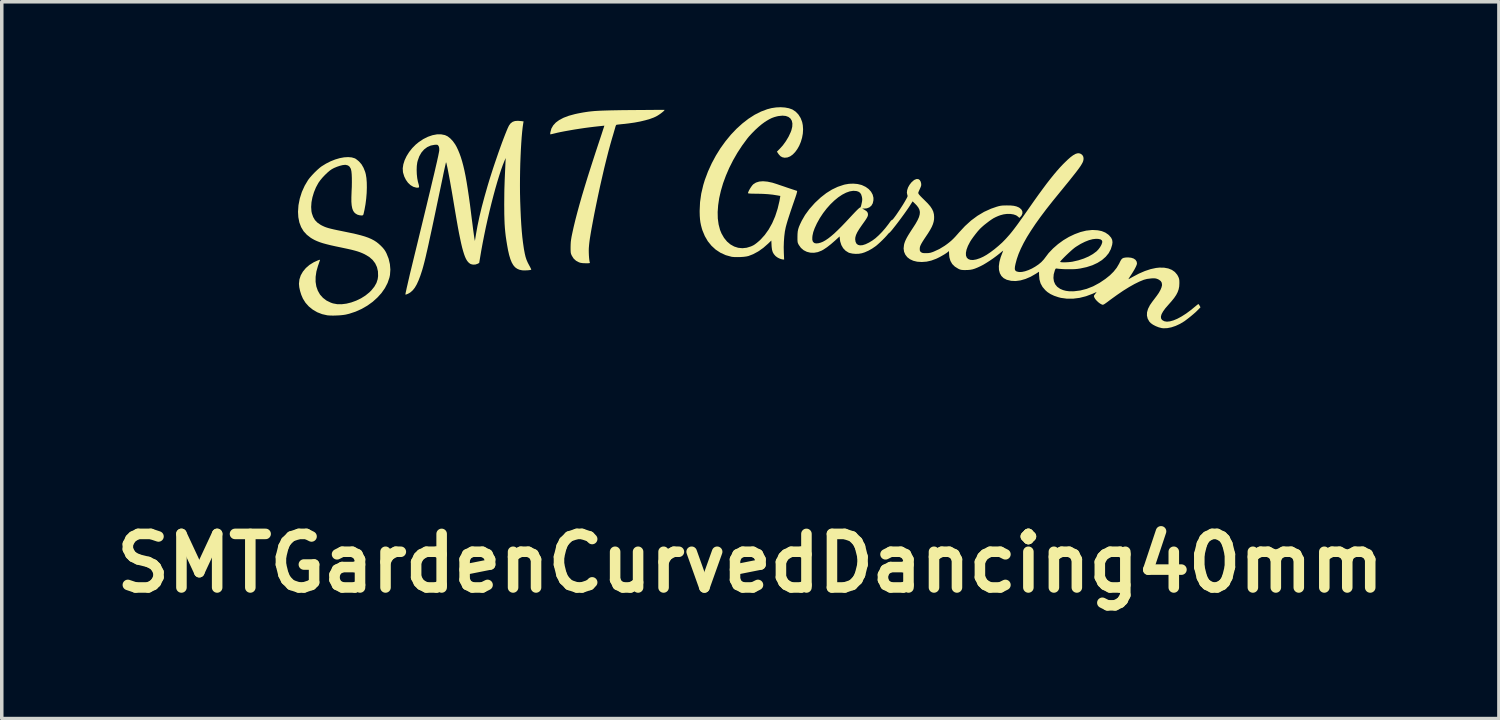
<source format=kicad_pcb>
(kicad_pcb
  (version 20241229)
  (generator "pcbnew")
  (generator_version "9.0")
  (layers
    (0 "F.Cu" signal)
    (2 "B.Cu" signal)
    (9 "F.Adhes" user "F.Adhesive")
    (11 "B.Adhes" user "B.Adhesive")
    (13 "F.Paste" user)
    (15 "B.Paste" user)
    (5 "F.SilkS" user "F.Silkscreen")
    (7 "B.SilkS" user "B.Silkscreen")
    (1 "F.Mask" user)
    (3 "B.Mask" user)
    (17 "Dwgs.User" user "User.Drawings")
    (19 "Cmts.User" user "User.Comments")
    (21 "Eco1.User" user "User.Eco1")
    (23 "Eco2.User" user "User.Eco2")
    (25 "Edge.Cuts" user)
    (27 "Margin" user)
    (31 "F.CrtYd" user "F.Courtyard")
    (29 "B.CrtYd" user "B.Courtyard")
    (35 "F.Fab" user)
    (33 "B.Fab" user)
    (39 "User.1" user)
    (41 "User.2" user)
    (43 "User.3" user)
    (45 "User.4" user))
  (footprint "SMTGardenCurvedDancing40mm"
    (layer "F.Cu")
    (at 18.295 12.973)
    (property "Reference" "SMTGardenCurvedDancing40mm" (at 0 0 0) (layer "F.SilkS") (effects (font (size 1.524 1.524) (thickness 0.3))))
    (attr board_only exclude_from_pos_files exclude_from_bom)
    (fp_poly (pts (xy -2.476 -12.898) (xy -2.447 -12.897) (xy -2.441 -12.897) (xy -2.444 -12.886) (xy -2.464 -12.863) (xy -2.499 -12.833) (xy -2.543 -12.798) (xy -2.593 -12.763) (xy -2.645 -12.73) (xy -2.656 -12.723) (xy -2.745 -12.68) (xy -2.856 -12.639) (xy -2.988 -12.601) (xy -3.135 -12.566) (xy -3.295 -12.536) (xy -3.465 -12.512) (xy -3.573 -12.499) (xy -3.648 -12.492) (xy -3.713 -12.485) (xy -3.765 -12.479) (xy -3.798 -12.475) (xy -3.808 -12.473) (xy -3.821 -12.459) (xy -3.834 -12.428) (xy -3.837 -12.418) (xy -3.845 -12.389) (xy -3.859 -12.34) (xy -3.878 -12.275) (xy -3.9 -12.199) (xy -3.924 -12.118) (xy -3.926 -12.113) (xy -3.979 -11.928) (xy -4.036 -11.719) (xy -4.094 -11.491) (xy -4.154 -11.248) (xy -4.213 -10.992) (xy -4.273 -10.729) (xy -4.331 -10.46) (xy -4.387 -10.191) (xy -4.441 -9.924) (xy -4.49 -9.663) (xy -4.513 -9.54) (xy -4.535 -9.415) (xy -4.552 -9.312) (xy -4.566 -9.226) (xy -4.576 -9.151) (xy -4.584 -9.083) (xy -4.59 -9.017) (xy -4.594 -8.967) (xy -4.596 -8.907) (xy -4.595 -8.836) (xy -4.592 -8.761) (xy -4.587 -8.689) (xy -4.58 -8.625) (xy -4.572 -8.577) (xy -4.566 -8.557) (xy -4.564 -8.546) (xy -4.572 -8.539) (xy -4.593 -8.535) (xy -4.632 -8.534) (xy -4.682 -8.534) (xy -4.764 -8.537) (xy -4.827 -8.546) (xy -4.873 -8.56) (xy -4.958 -8.605) (xy -5.025 -8.666) (xy -5.074 -8.742) (xy -5.09 -8.775) (xy -5.101 -8.804) (xy -5.108 -8.834) (xy -5.111 -8.873) (xy -5.113 -8.926) (xy -5.113 -8.993) (xy -5.111 -9.073) (xy -5.107 -9.143) (xy -5.098 -9.212) (xy -5.085 -9.29) (xy -5.068 -9.373) (xy -5.027 -9.56) (xy -4.979 -9.76) (xy -4.923 -9.975) (xy -4.86 -10.205) (xy -4.789 -10.454) (xy -4.709 -10.72) (xy -4.621 -11.007) (xy -4.523 -11.315) (xy -4.416 -11.645) (xy -4.343 -11.867) (xy -4.304 -11.985) (xy -4.267 -12.096) (xy -4.234 -12.195) (xy -4.206 -12.282) (xy -4.183 -12.353) (xy -4.165 -12.406) (xy -4.155 -12.439) (xy -4.152 -12.448) (xy -4.165 -12.447) (xy -4.201 -12.443) (xy -4.255 -12.437) (xy -4.324 -12.43) (xy -4.404 -12.421) (xy -4.433 -12.418) (xy -4.565 -12.402) (xy -4.708 -12.383) (xy -4.856 -12.361) (xy -5.004 -12.338) (xy -5.148 -12.313) (xy -5.282 -12.289) (xy -5.4 -12.266) (xy -5.499 -12.245) (xy -5.517 -12.24) (xy -5.58 -12.225) (xy -5.633 -12.212) (xy -5.671 -12.204) (xy -5.688 -12.2) (xy -5.689 -12.2) (xy -5.692 -12.212) (xy -5.69 -12.242) (xy -5.687 -12.263) (xy -5.66 -12.364) (xy -5.608 -12.455) (xy -5.533 -12.537) (xy -5.434 -12.61) (xy -5.311 -12.674) (xy -5.162 -12.73) (xy -4.989 -12.777) (xy -4.911 -12.794) (xy -4.829 -12.81) (xy -4.752 -12.824) (xy -4.676 -12.836) (xy -4.599 -12.847) (xy -4.519 -12.856) (xy -4.434 -12.864) (xy -4.34 -12.87) (xy -4.236 -12.875) (xy -4.118 -12.879) (xy -3.985 -12.883) (xy -3.835 -12.886) (xy -3.663 -12.889) (xy -3.469 -12.891) (xy -3.36 -12.892) (xy -3.206 -12.893) (xy -3.061 -12.894) (xy -2.925 -12.895) (xy -2.802 -12.896) (xy -2.693 -12.897) (xy -2.601 -12.897) (xy -2.528 -12.898)) (stroke (width 0) (type solid)) (fill yes) (layer "F.SilkS"))
    (fp_poly (pts (xy 0.985 -12.965) (xy 1.096 -12.944) (xy 1.19 -12.911) (xy 1.202 -12.905) (xy 1.293 -12.844) (xy 1.37 -12.763) (xy 1.432 -12.664) (xy 1.475 -12.551) (xy 1.493 -12.462) (xy 1.501 -12.343) (xy 1.494 -12.223) (xy 1.472 -12.104) (xy 1.438 -11.989) (xy 1.393 -11.881) (xy 1.338 -11.783) (xy 1.276 -11.698) (xy 1.207 -11.627) (xy 1.134 -11.575) (xy 1.057 -11.544) (xy 0.979 -11.536) (xy 0.971 -11.537) (xy 0.909 -11.55) (xy 0.857 -11.58) (xy 0.81 -11.631) (xy 0.795 -11.652) (xy 0.757 -11.709) (xy 0.833 -11.785) (xy 0.926 -11.888) (xy 1.012 -12.007) (xy 1.088 -12.134) (xy 1.147 -12.26) (xy 1.167 -12.312) (xy 1.193 -12.418) (xy 1.197 -12.511) (xy 1.18 -12.589) (xy 1.142 -12.651) (xy 1.085 -12.696) (xy 1.009 -12.724) (xy 0.916 -12.733) (xy 0.806 -12.722) (xy 0.76 -12.713) (xy 0.683 -12.692) (xy 0.612 -12.666) (xy 0.541 -12.631) (xy 0.462 -12.585) (xy 0.408 -12.55) (xy 0.326 -12.49) (xy 0.235 -12.414) (xy 0.14 -12.327) (xy 0.049 -12.235) (xy -0.035 -12.144) (xy -0.082 -12.087) (xy -0.231 -11.885) (xy -0.368 -11.676) (xy -0.491 -11.462) (xy -0.6 -11.246) (xy -0.694 -11.028) (xy -0.774 -10.811) (xy -0.837 -10.597) (xy -0.885 -10.387) (xy -0.915 -10.185) (xy -0.929 -9.991) (xy -0.925 -9.808) (xy -0.902 -9.638) (xy -0.861 -9.482) (xy -0.819 -9.38) (xy -0.747 -9.255) (xy -0.662 -9.151) (xy -0.565 -9.069) (xy -0.459 -9.01) (xy -0.346 -8.974) (xy -0.227 -8.962) (xy -0.104 -8.975) (xy 0.019 -9.013) (xy 0.086 -9.044) (xy 0.129 -9.071) (xy 0.182 -9.111) (xy 0.239 -9.159) (xy 0.284 -9.199) (xy 0.409 -9.336) (xy 0.522 -9.494) (xy 0.622 -9.673) (xy 0.707 -9.869) (xy 0.776 -10.082) (xy 0.83 -10.308) (xy 0.846 -10.401) (xy 0.854 -10.449) (xy 0.77 -10.464) (xy 0.638 -10.485) (xy 0.504 -10.499) (xy 0.36 -10.508) (xy 0.198 -10.512) (xy 0.183 -10.512) (xy 0.085 -10.513) (xy 0.013 -10.515) (xy -0.036 -10.519) (xy -0.061 -10.524) (xy -0.067 -10.528) (xy -0.059 -10.558) (xy -0.039 -10.602) (xy -0.011 -10.653) (xy 0.022 -10.704) (xy 0.054 -10.748) (xy 0.083 -10.779) (xy 0.083 -10.78) (xy 0.16 -10.829) (xy 0.253 -10.858) (xy 0.361 -10.867) (xy 0.486 -10.856) (xy 0.628 -10.826) (xy 0.758 -10.785) (xy 0.818 -10.764) (xy 0.889 -10.74) (xy 0.967 -10.714) (xy 1.047 -10.686) (xy 1.125 -10.66) (xy 1.197 -10.636) (xy 1.258 -10.616) (xy 1.303 -10.601) (xy 1.328 -10.593) (xy 1.33 -10.592) (xy 1.332 -10.58) (xy 1.325 -10.547) (xy 1.31 -10.491) (xy 1.284 -10.412) (xy 1.251 -10.317) (xy 1.191 -10.143) (xy 1.14 -9.992) (xy 1.097 -9.861) (xy 1.061 -9.749) (xy 1.033 -9.653) (xy 1.011 -9.572) (xy 1.007 -9.556) (xy 0.983 -9.437) (xy 0.966 -9.299) (xy 0.955 -9.149) (xy 0.95 -8.993) (xy 0.953 -8.843) (xy 0.962 -8.64) (xy 0.931 -8.641) (xy 0.901 -8.646) (xy 0.858 -8.658) (xy 0.832 -8.668) (xy 0.781 -8.693) (xy 0.731 -8.728) (xy 0.714 -8.743) (xy 0.669 -8.795) (xy 0.638 -8.85) (xy 0.618 -8.916) (xy 0.607 -8.999) (xy 0.604 -9.045) (xy 0.598 -9.18) (xy 0.508 -9.093) (xy 0.37 -8.972) (xy 0.227 -8.871) (xy 0.081 -8.792) (xy -0.053 -8.74) (xy -0.112 -8.727) (xy -0.189 -8.717) (xy -0.276 -8.711) (xy -0.366 -8.709) (xy -0.449 -8.71) (xy -0.518 -8.716) (xy -0.536 -8.719) (xy -0.699 -8.764) (xy -0.848 -8.832) (xy -0.984 -8.921) (xy -1.104 -9.031) (xy -1.209 -9.16) (xy -1.295 -9.308) (xy -1.363 -9.472) (xy -1.38 -9.527) (xy -1.403 -9.615) (xy -1.42 -9.698) (xy -1.431 -9.783) (xy -1.438 -9.878) (xy -1.441 -9.99) (xy -1.441 -10.033) (xy -1.43 -10.274) (xy -1.396 -10.515) (xy -1.338 -10.76) (xy -1.293 -10.907) (xy -1.204 -11.144) (xy -1.099 -11.375) (xy -0.98 -11.596) (xy -0.849 -11.807) (xy -0.705 -12.006) (xy -0.553 -12.191) (xy -0.392 -12.36) (xy -0.224 -12.512) (xy -0.051 -12.646) (xy 0.125 -12.759) (xy 0.304 -12.849) (xy 0.482 -12.916) (xy 0.605 -12.948) (xy 0.734 -12.967) (xy 0.862 -12.973)) (stroke (width 0) (type solid)) (fill yes) (layer "F.SilkS"))
    (fp_poly (pts (xy -11.339 -11.545) (xy -11.252 -11.519) (xy -11.238 -11.512) (xy -11.211 -11.494) (xy -11.173 -11.464) (xy -11.131 -11.429) (xy -11.13 -11.427) (xy -11.06 -11.348) (xy -11.002 -11.247) (xy -10.956 -11.13) (xy -10.939 -11.067) (xy -10.921 -10.958) (xy -10.911 -10.829) (xy -10.909 -10.685) (xy -10.914 -10.531) (xy -10.927 -10.373) (xy -10.947 -10.215) (xy -10.974 -10.064) (xy -11.001 -9.943) (xy -11.011 -9.912) (xy -11.026 -9.897) (xy -11.054 -9.894) (xy -11.071 -9.894) (xy -11.12 -9.9) (xy -11.172 -9.915) (xy -11.181 -9.918) (xy -11.231 -9.948) (xy -11.272 -9.986) (xy -11.303 -10.037) (xy -11.326 -10.102) (xy -11.341 -10.184) (xy -11.349 -10.284) (xy -11.349 -10.406) (xy -11.344 -10.551) (xy -11.344 -10.56) (xy -11.337 -10.709) (xy -11.335 -10.844) (xy -11.336 -10.964) (xy -11.34 -11.066) (xy -11.348 -11.147) (xy -11.36 -11.205) (xy -11.366 -11.224) (xy -11.4 -11.281) (xy -11.445 -11.316) (xy -11.506 -11.332) (xy -11.535 -11.333) (xy -11.598 -11.326) (xy -11.675 -11.307) (xy -11.758 -11.279) (xy -11.84 -11.245) (xy -11.904 -11.211) (xy -11.962 -11.171) (xy -12.029 -11.114) (xy -12.1 -11.046) (xy -12.17 -10.972) (xy -12.231 -10.899) (xy -12.279 -10.832) (xy -12.285 -10.824) (xy -12.357 -10.692) (xy -12.414 -10.553) (xy -12.457 -10.41) (xy -12.484 -10.27) (xy -12.493 -10.135) (xy -12.485 -10.012) (xy -12.473 -9.954) (xy -12.436 -9.849) (xy -12.385 -9.762) (xy -12.316 -9.69) (xy -12.224 -9.627) (xy -12.187 -9.607) (xy -12.143 -9.586) (xy -12.1 -9.567) (xy -12.052 -9.55) (xy -11.997 -9.533) (xy -11.931 -9.516) (xy -11.851 -9.497) (xy -11.754 -9.476) (xy -11.636 -9.452) (xy -11.549 -9.434) (xy -11.37 -9.397) (xy -11.215 -9.363) (xy -11.081 -9.329) (xy -10.965 -9.295) (xy -10.866 -9.26) (xy -10.779 -9.222) (xy -10.703 -9.182) (xy -10.635 -9.138) (xy -10.572 -9.088) (xy -10.512 -9.033) (xy -10.456 -8.975) (xy -10.414 -8.924) (xy -10.38 -8.872) (xy -10.349 -8.813) (xy -10.289 -8.663) (xy -10.253 -8.508) (xy -10.24 -8.353) (xy -10.251 -8.201) (xy -10.267 -8.125) (xy -10.318 -7.975) (xy -10.394 -7.828) (xy -10.491 -7.689) (xy -10.609 -7.558) (xy -10.743 -7.437) (xy -10.893 -7.329) (xy -11.056 -7.235) (xy -11.23 -7.157) (xy -11.412 -7.097) (xy -11.513 -7.073) (xy -11.585 -7.062) (xy -11.674 -7.053) (xy -11.77 -7.048) (xy -11.867 -7.045) (xy -11.954 -7.047) (xy -12.025 -7.052) (xy -12.034 -7.053) (xy -12.181 -7.086) (xy -12.32 -7.14) (xy -12.447 -7.214) (xy -12.56 -7.305) (xy -12.654 -7.41) (xy -12.728 -7.528) (xy -12.73 -7.533) (xy -12.774 -7.635) (xy -12.808 -7.744) (xy -12.831 -7.85) (xy -12.84 -7.945) (xy -12.84 -7.953) (xy -12.827 -8.074) (xy -12.789 -8.19) (xy -12.727 -8.298) (xy -12.644 -8.398) (xy -12.541 -8.487) (xy -12.419 -8.563) (xy -12.308 -8.613) (xy -12.268 -8.628) (xy -12.248 -8.633) (xy -12.242 -8.629) (xy -12.244 -8.617) (xy -12.252 -8.595) (xy -12.266 -8.554) (xy -12.284 -8.501) (xy -12.299 -8.46) (xy -12.344 -8.301) (xy -12.366 -8.149) (xy -12.367 -8.006) (xy -12.346 -7.873) (xy -12.303 -7.751) (xy -12.241 -7.643) (xy -12.158 -7.55) (xy -12.057 -7.473) (xy -11.936 -7.414) (xy -11.873 -7.392) (xy -11.755 -7.37) (xy -11.626 -7.368) (xy -11.489 -7.385) (xy -11.349 -7.42) (xy -11.21 -7.471) (xy -11.075 -7.536) (xy -10.95 -7.615) (xy -10.837 -7.706) (xy -10.781 -7.762) (xy -10.696 -7.867) (xy -10.636 -7.972) (xy -10.601 -8.08) (xy -10.589 -8.168) (xy -10.593 -8.302) (xy -10.621 -8.424) (xy -10.672 -8.533) (xy -10.746 -8.63) (xy -10.844 -8.715) (xy -10.966 -8.787) (xy -10.978 -8.793) (xy -11.041 -8.822) (xy -11.106 -8.848) (xy -11.176 -8.872) (xy -11.256 -8.895) (xy -11.349 -8.919) (xy -11.46 -8.944) (xy -11.592 -8.972) (xy -11.633 -8.981) (xy -11.797 -9.015) (xy -11.937 -9.046) (xy -12.057 -9.076) (xy -12.16 -9.104) (xy -12.248 -9.133) (xy -12.325 -9.163) (xy -12.394 -9.194) (xy -12.457 -9.229) (xy -12.504 -9.257) (xy -12.617 -9.345) (xy -12.709 -9.446) (xy -12.779 -9.563) (xy -12.829 -9.695) (xy -12.858 -9.843) (xy -12.867 -9.998) (xy -12.854 -10.185) (xy -12.817 -10.374) (xy -12.758 -10.561) (xy -12.677 -10.74) (xy -12.582 -10.9) (xy -12.532 -10.966) (xy -12.467 -11.04) (xy -12.394 -11.117) (xy -12.318 -11.19) (xy -12.246 -11.253) (xy -12.196 -11.291) (xy -12.071 -11.368) (xy -11.941 -11.434) (xy -11.81 -11.486) (xy -11.681 -11.524) (xy -11.557 -11.547) (xy -11.442 -11.554)) (stroke (width 0) (type solid)) (fill yes) (layer "F.SilkS"))
    (fp_poly (pts (xy -6.514 -12.578) (xy -6.45 -12.569) (xy -6.459 -12.521) (xy -6.475 -12.411) (xy -6.49 -12.278) (xy -6.504 -12.125) (xy -6.516 -11.954) (xy -6.527 -11.769) (xy -6.536 -11.574) (xy -6.544 -11.372) (xy -6.549 -11.165) (xy -6.552 -10.957) (xy -6.553 -10.751) (xy -6.552 -10.55) (xy -6.548 -10.358) (xy -6.547 -10.313) (xy -6.538 -10.064) (xy -6.528 -9.839) (xy -6.516 -9.635) (xy -6.502 -9.449) (xy -6.486 -9.279) (xy -6.467 -9.122) (xy -6.446 -8.976) (xy -6.439 -8.931) (xy -6.417 -8.814) (xy -6.394 -8.716) (xy -6.366 -8.631) (xy -6.331 -8.551) (xy -6.291 -8.475) (xy -6.264 -8.425) (xy -6.244 -8.385) (xy -6.233 -8.358) (xy -6.232 -8.35) (xy -6.251 -8.344) (xy -6.29 -8.338) (xy -6.341 -8.333) (xy -6.396 -8.331) (xy -6.449 -8.331) (xy -6.492 -8.333) (xy -6.495 -8.334) (xy -6.57 -8.35) (xy -6.635 -8.379) (xy -6.693 -8.421) (xy -6.743 -8.48) (xy -6.787 -8.556) (xy -6.826 -8.652) (xy -6.861 -8.769) (xy -6.893 -8.909) (xy -6.919 -9.053) (xy -6.94 -9.183) (xy -6.958 -9.304) (xy -6.971 -9.419) (xy -6.982 -9.535) (xy -6.99 -9.656) (xy -6.995 -9.787) (xy -6.999 -9.932) (xy -7 -10.096) (xy -7.001 -10.2) (xy -7 -10.322) (xy -6.999 -10.435) (xy -6.998 -10.545) (xy -6.996 -10.655) (xy -6.992 -10.769) (xy -6.988 -10.893) (xy -6.982 -11.031) (xy -6.975 -11.186) (xy -6.967 -11.363) (xy -6.967 -11.373) (xy -6.959 -11.527) (xy -6.994 -11.447) (xy -7.041 -11.33) (xy -7.091 -11.19) (xy -7.143 -11.029) (xy -7.198 -10.85) (xy -7.254 -10.656) (xy -7.31 -10.449) (xy -7.366 -10.232) (xy -7.421 -10.009) (xy -7.474 -9.781) (xy -7.525 -9.552) (xy -7.572 -9.324) (xy -7.616 -9.1) (xy -7.656 -8.882) (xy -7.665 -8.828) (xy -7.713 -8.543) (xy -7.76 -8.518) (xy -7.821 -8.498) (xy -7.888 -8.495) (xy -7.949 -8.509) (xy -7.97 -8.52) (xy -8.002 -8.543) (xy -8.032 -8.573) (xy -8.061 -8.611) (xy -8.089 -8.659) (xy -8.116 -8.719) (xy -8.142 -8.79) (xy -8.169 -8.876) (xy -8.197 -8.977) (xy -8.225 -9.094) (xy -8.254 -9.23) (xy -8.286 -9.385) (xy -8.319 -9.561) (xy -8.354 -9.76) (xy -8.392 -9.982) (xy -8.432 -10.22) (xy -8.463 -10.406) (xy -8.493 -10.582) (xy -8.522 -10.745) (xy -8.548 -10.894) (xy -8.573 -11.027) (xy -8.595 -11.143) (xy -8.614 -11.24) (xy -8.631 -11.317) (xy -8.643 -11.371) (xy -8.653 -11.401) (xy -8.656 -11.407) (xy -8.66 -11.396) (xy -8.668 -11.361) (xy -8.68 -11.307) (xy -8.696 -11.236) (xy -8.715 -11.151) (xy -8.735 -11.056) (xy -8.744 -11.009) (xy -8.808 -10.704) (xy -8.867 -10.424) (xy -8.921 -10.167) (xy -8.97 -9.933) (xy -9.015 -9.72) (xy -9.056 -9.527) (xy -9.094 -9.353) (xy -9.128 -9.197) (xy -9.158 -9.056) (xy -9.186 -8.931) (xy -9.212 -8.82) (xy -9.234 -8.722) (xy -9.255 -8.635) (xy -9.274 -8.559) (xy -9.292 -8.491) (xy -9.308 -8.431) (xy -9.323 -8.378) (xy -9.334 -8.34) (xy -9.387 -8.179) (xy -9.439 -8.043) (xy -9.491 -7.93) (xy -9.545 -7.838) (xy -9.602 -7.766) (xy -9.662 -7.712) (xy -9.699 -7.687) (xy -9.745 -7.663) (xy -9.782 -7.648) (xy -9.807 -7.643) (xy -9.813 -7.647) (xy -9.81 -7.665) (xy -9.802 -7.706) (xy -9.789 -7.765) (xy -9.773 -7.84) (xy -9.753 -7.925) (xy -9.732 -8.019) (xy -9.709 -8.116) (xy -9.687 -8.214) (xy -9.664 -8.308) (xy -9.648 -8.373) (xy -9.561 -8.733) (xy -9.479 -9.068) (xy -9.404 -9.379) (xy -9.334 -9.666) (xy -9.27 -9.93) (xy -9.211 -10.173) (xy -9.158 -10.395) (xy -9.109 -10.597) (xy -9.066 -10.779) (xy -9.027 -10.943) (xy -8.992 -11.089) (xy -8.962 -11.218) (xy -8.936 -11.331) (xy -8.913 -11.429) (xy -8.895 -11.513) (xy -8.879 -11.583) (xy -8.868 -11.64) (xy -8.859 -11.685) (xy -8.853 -11.719) (xy -8.849 -11.743) (xy -8.849 -11.754) (xy -8.851 -11.814) (xy -8.862 -11.856) (xy -8.871 -11.872) (xy -8.887 -11.893) (xy -8.903 -11.903) (xy -8.93 -11.906) (xy -8.974 -11.904) (xy -8.978 -11.904) (xy -9.09 -11.883) (xy -9.191 -11.838) (xy -9.28 -11.771) (xy -9.356 -11.684) (xy -9.417 -11.577) (xy -9.462 -11.452) (xy -9.475 -11.4) (xy -9.488 -11.303) (xy -9.492 -11.191) (xy -9.488 -11.072) (xy -9.476 -10.956) (xy -9.456 -10.852) (xy -9.447 -10.821) (xy -9.43 -10.759) (xy -9.423 -10.717) (xy -9.428 -10.694) (xy -9.447 -10.684) (xy -9.482 -10.684) (xy -9.505 -10.686) (xy -9.587 -10.709) (xy -9.666 -10.756) (xy -9.737 -10.822) (xy -9.797 -10.906) (xy -9.845 -11.002) (xy -9.878 -11.11) (xy -9.882 -11.132) (xy -9.888 -11.236) (xy -9.871 -11.348) (xy -9.834 -11.465) (xy -9.778 -11.583) (xy -9.705 -11.699) (xy -9.617 -11.81) (xy -9.516 -11.912) (xy -9.435 -11.978) (xy -9.304 -12.066) (xy -9.172 -12.132) (xy -9.041 -12.177) (xy -8.914 -12.201) (xy -8.794 -12.201) (xy -8.687 -12.18) (xy -8.612 -12.145) (xy -8.536 -12.086) (xy -8.463 -12.009) (xy -8.397 -11.917) (xy -8.357 -11.847) (xy -8.314 -11.756) (xy -8.274 -11.66) (xy -8.236 -11.555) (xy -8.2 -11.439) (xy -8.166 -11.312) (xy -8.133 -11.171) (xy -8.101 -11.015) (xy -8.07 -10.841) (xy -8.039 -10.647) (xy -8.007 -10.433) (xy -7.974 -10.195) (xy -7.941 -9.933) (xy -7.941 -9.932) (xy -7.925 -9.805) (xy -7.909 -9.685) (xy -7.895 -9.572) (xy -7.882 -9.471) (xy -7.87 -9.385) (xy -7.861 -9.317) (xy -7.854 -9.271) (xy -7.851 -9.253) (xy -7.835 -9.167) (xy -7.806 -9.348) (xy -7.762 -9.594) (xy -7.707 -9.855) (xy -7.641 -10.131) (xy -7.562 -10.426) (xy -7.472 -10.741) (xy -7.418 -10.92) (xy -7.371 -11.068) (xy -7.322 -11.221) (xy -7.27 -11.377) (xy -7.217 -11.531) (xy -7.165 -11.683) (xy -7.113 -11.829) (xy -7.063 -11.967) (xy -7.015 -12.094) (xy -6.971 -12.207) (xy -6.932 -12.304) (xy -6.899 -12.382) (xy -6.872 -12.438) (xy -6.862 -12.457) (xy -6.817 -12.516) (xy -6.762 -12.557) (xy -6.695 -12.58) (xy -6.611 -12.586)) (stroke (width 0) (type solid)) (fill yes) (layer "F.SilkS"))
    (fp_poly (pts (xy 9.397 -11.648) (xy 9.398 -11.648) (xy 9.447 -11.611) (xy 9.474 -11.561) (xy 9.48 -11.51) (xy 9.477 -11.476) (xy 9.469 -11.44) (xy 9.453 -11.4) (xy 9.427 -11.353) (xy 9.392 -11.296) (xy 9.345 -11.229) (xy 9.284 -11.148) (xy 9.209 -11.052) (xy 9.118 -10.938) (xy 9.118 -10.937) (xy 9.054 -10.857) (xy 8.986 -10.774) (xy 8.92 -10.693) (xy 8.861 -10.62) (xy 8.812 -10.561) (xy 8.806 -10.553) (xy 8.603 -10.304) (xy 8.42 -10.072) (xy 8.256 -9.854) (xy 8.11 -9.65) (xy 7.982 -9.458) (xy 7.87 -9.279) (xy 7.775 -9.109) (xy 7.696 -8.95) (xy 7.631 -8.798) (xy 7.581 -8.654) (xy 7.545 -8.519) (xy 7.529 -8.443) (xy 7.524 -8.388) (xy 7.528 -8.349) (xy 7.544 -8.322) (xy 7.571 -8.303) (xy 7.584 -8.298) (xy 7.648 -8.284) (xy 7.727 -8.287) (xy 7.816 -8.306) (xy 7.912 -8.339) (xy 8.01 -8.383) (xy 8.106 -8.438) (xy 8.198 -8.5) (xy 8.28 -8.568) (xy 8.285 -8.574) (xy 8.813 -8.574) (xy 8.826 -8.567) (xy 8.859 -8.562) (xy 8.909 -8.56) (xy 8.969 -8.561) (xy 9.035 -8.564) (xy 9.101 -8.57) (xy 9.161 -8.578) (xy 9.175 -8.581) (xy 9.335 -8.618) (xy 9.486 -8.667) (xy 9.625 -8.727) (xy 9.746 -8.796) (xy 9.847 -8.871) (xy 9.853 -8.876) (xy 9.905 -8.931) (xy 9.951 -8.993) (xy 9.987 -9.057) (xy 10.008 -9.115) (xy 10.013 -9.148) (xy 10.001 -9.185) (xy 9.966 -9.211) (xy 9.906 -9.226) (xy 9.834 -9.229) (xy 9.741 -9.219) (xy 9.635 -9.191) (xy 9.519 -9.145) (xy 9.398 -9.085) (xy 9.276 -9.01) (xy 9.24 -8.986) (xy 9.203 -8.957) (xy 9.156 -8.918) (xy 9.102 -8.869) (xy 9.044 -8.816) (xy 8.986 -8.761) (xy 8.931 -8.707) (xy 8.883 -8.658) (xy 8.845 -8.617) (xy 8.821 -8.588) (xy 8.813 -8.574) (xy 8.285 -8.574) (xy 8.348 -8.641) (xy 8.38 -8.683) (xy 8.487 -8.824) (xy 8.613 -8.956) (xy 8.753 -9.078) (xy 8.904 -9.188) (xy 9.063 -9.283) (xy 9.227 -9.361) (xy 9.392 -9.422) (xy 9.554 -9.462) (xy 9.711 -9.479) (xy 9.747 -9.48) (xy 9.883 -9.472) (xy 9.999 -9.448) (xy 10.099 -9.407) (xy 10.185 -9.348) (xy 10.212 -9.322) (xy 10.265 -9.26) (xy 10.294 -9.199) (xy 10.303 -9.131) (xy 10.294 -9.06) (xy 10.256 -8.936) (xy 10.195 -8.821) (xy 10.11 -8.718) (xy 10.004 -8.625) (xy 9.877 -8.545) (xy 9.731 -8.477) (xy 9.567 -8.424) (xy 9.386 -8.385) (xy 9.302 -8.373) (xy 9.234 -8.367) (xy 9.147 -8.364) (xy 9.05 -8.364) (xy 8.951 -8.365) (xy 8.857 -8.37) (xy 8.776 -8.376) (xy 8.732 -8.382) (xy 8.703 -8.385) (xy 8.685 -8.378) (xy 8.672 -8.355) (xy 8.663 -8.331) (xy 8.631 -8.219) (xy 8.623 -8.115) (xy 8.637 -8.019) (xy 8.673 -7.935) (xy 8.73 -7.865) (xy 8.808 -7.81) (xy 8.814 -7.806) (xy 8.896 -7.771) (xy 8.979 -7.749) (xy 9.072 -7.737) (xy 9.181 -7.736) (xy 9.207 -7.737) (xy 9.387 -7.759) (xy 9.57 -7.806) (xy 9.753 -7.878) (xy 9.935 -7.976) (xy 10.1 -8.087) (xy 10.229 -8.19) (xy 10.335 -8.295) (xy 10.422 -8.404) (xy 10.493 -8.524) (xy 10.52 -8.581) (xy 10.548 -8.632) (xy 10.579 -8.667) (xy 10.619 -8.687) (xy 10.675 -8.697) (xy 10.747 -8.7) (xy 10.834 -8.691) (xy 10.905 -8.668) (xy 10.958 -8.631) (xy 10.99 -8.582) (xy 11 -8.531) (xy 10.992 -8.492) (xy 10.969 -8.437) (xy 10.933 -8.367) (xy 10.886 -8.287) (xy 10.837 -8.21) (xy 10.803 -8.159) (xy 10.777 -8.118) (xy 10.761 -8.09) (xy 10.756 -8.08) (xy 10.77 -8.086) (xy 10.802 -8.103) (xy 10.846 -8.128) (xy 10.878 -8.146) (xy 11.054 -8.239) (xy 11.225 -8.313) (xy 11.388 -8.367) (xy 11.541 -8.4) (xy 11.635 -8.41) (xy 11.771 -8.408) (xy 11.89 -8.386) (xy 11.993 -8.345) (xy 12.078 -8.285) (xy 12.144 -8.207) (xy 12.169 -8.162) (xy 12.187 -8.123) (xy 12.198 -8.087) (xy 12.204 -8.048) (xy 12.206 -7.995) (xy 12.206 -7.96) (xy 12.201 -7.873) (xy 12.185 -7.792) (xy 12.157 -7.713) (xy 12.116 -7.633) (xy 12.058 -7.547) (xy 11.982 -7.453) (xy 11.894 -7.353) (xy 11.806 -7.252) (xy 11.742 -7.163) (xy 11.7 -7.087) (xy 11.681 -7.022) (xy 11.684 -6.968) (xy 11.71 -6.925) (xy 11.72 -6.916) (xy 11.778 -6.884) (xy 11.851 -6.872) (xy 11.938 -6.881) (xy 12.038 -6.909) (xy 12.148 -6.955) (xy 12.268 -7.02) (xy 12.397 -7.102) (xy 12.532 -7.202) (xy 12.673 -7.318) (xy 12.679 -7.323) (xy 12.712 -7.35) (xy 12.737 -7.368) (xy 12.746 -7.373) (xy 12.758 -7.363) (xy 12.776 -7.336) (xy 12.781 -7.327) (xy 12.806 -7.28) (xy 12.726 -7.199) (xy 12.671 -7.145) (xy 12.6 -7.083) (xy 12.521 -7.017) (xy 12.441 -6.954) (xy 12.368 -6.899) (xy 12.343 -6.881) (xy 12.223 -6.809) (xy 12.1 -6.752) (xy 11.977 -6.711) (xy 11.861 -6.688) (xy 11.754 -6.684) (xy 11.707 -6.689) (xy 11.62 -6.711) (xy 11.534 -6.745) (xy 11.455 -6.786) (xy 11.391 -6.832) (xy 11.35 -6.876) (xy 11.304 -6.959) (xy 11.283 -7.046) (xy 11.286 -7.138) (xy 11.314 -7.236) (xy 11.367 -7.341) (xy 11.437 -7.442) (xy 11.479 -7.497) (xy 11.525 -7.558) (xy 11.562 -7.607) (xy 11.62 -7.69) (xy 11.666 -7.772) (xy 11.697 -7.846) (xy 11.712 -7.909) (xy 11.712 -7.92) (xy 11.704 -7.98) (xy 11.676 -8.027) (xy 11.626 -8.065) (xy 11.594 -8.081) (xy 11.557 -8.095) (xy 11.522 -8.103) (xy 11.48 -8.106) (xy 11.423 -8.104) (xy 11.407 -8.103) (xy 11.286 -8.088) (xy 11.192 -8.063) (xy 11.068 -8.012) (xy 10.928 -7.943) (xy 10.774 -7.856) (xy 10.607 -7.752) (xy 10.43 -7.631) (xy 10.243 -7.496) (xy 10.223 -7.481) (xy 10.157 -7.431) (xy 10.108 -7.396) (xy 10.073 -7.372) (xy 10.048 -7.359) (xy 10.03 -7.353) (xy 10.016 -7.355) (xy 10 -7.36) (xy 9.998 -7.361) (xy 9.948 -7.388) (xy 9.898 -7.426) (xy 9.852 -7.47) (xy 9.813 -7.516) (xy 9.787 -7.56) (xy 9.775 -7.596) (xy 9.78 -7.619) (xy 9.797 -7.642) (xy 9.82 -7.673) (xy 9.823 -7.677) (xy 9.853 -7.718) (xy 9.737 -7.666) (xy 9.551 -7.596) (xy 9.365 -7.549) (xy 9.183 -7.526) (xy 9.006 -7.526) (xy 8.836 -7.549) (xy 8.766 -7.567) (xy 8.642 -7.609) (xy 8.54 -7.657) (xy 8.453 -7.714) (xy 8.393 -7.767) (xy 8.313 -7.86) (xy 8.257 -7.962) (xy 8.225 -8.075) (xy 8.214 -8.202) (xy 8.214 -8.203) (xy 8.213 -8.293) (xy 8.123 -8.235) (xy 7.975 -8.15) (xy 7.828 -8.087) (xy 7.685 -8.046) (xy 7.549 -8.028) (xy 7.419 -8.034) (xy 7.3 -8.063) (xy 7.291 -8.066) (xy 7.207 -8.11) (xy 7.143 -8.172) (xy 7.099 -8.25) (xy 7.074 -8.343) (xy 7.07 -8.45) (xy 7.086 -8.571) (xy 7.122 -8.704) (xy 7.152 -8.783) (xy 7.171 -8.832) (xy 7.185 -8.87) (xy 7.193 -8.891) (xy 7.193 -8.893) (xy 7.182 -8.885) (xy 7.155 -8.864) (xy 7.116 -8.832) (xy 7.085 -8.806) (xy 7.003 -8.742) (xy 6.911 -8.674) (xy 6.813 -8.607) (xy 6.716 -8.545) (xy 6.628 -8.492) (xy 6.557 -8.455) (xy 6.465 -8.412) (xy 6.388 -8.381) (xy 6.32 -8.36) (xy 6.255 -8.348) (xy 6.185 -8.342) (xy 6.133 -8.341) (xy 6.068 -8.341) (xy 6.021 -8.344) (xy 5.986 -8.35) (xy 5.952 -8.361) (xy 5.914 -8.379) (xy 5.818 -8.439) (xy 5.744 -8.512) (xy 5.693 -8.6) (xy 5.663 -8.703) (xy 5.656 -8.771) (xy 5.651 -8.882) (xy 5.622 -8.856) (xy 5.583 -8.827) (xy 5.527 -8.79) (xy 5.46 -8.751) (xy 5.389 -8.711) (xy 5.321 -8.677) (xy 5.284 -8.66) (xy 5.148 -8.61) (xy 5.016 -8.58) (xy 4.881 -8.57) (xy 4.873 -8.57) (xy 4.747 -8.578) (xy 4.636 -8.605) (xy 4.542 -8.648) (xy 4.466 -8.706) (xy 4.41 -8.778) (xy 4.374 -8.861) (xy 4.361 -8.954) (xy 4.372 -9.056) (xy 4.381 -9.094) (xy 4.398 -9.145) (xy 4.42 -9.197) (xy 4.449 -9.255) (xy 4.487 -9.322) (xy 4.536 -9.401) (xy 4.597 -9.496) (xy 4.627 -9.541) (xy 4.702 -9.658) (xy 4.759 -9.76) (xy 4.798 -9.847) (xy 4.819 -9.924) (xy 4.824 -9.992) (xy 4.811 -10.055) (xy 4.781 -10.116) (xy 4.735 -10.177) (xy 4.69 -10.224) (xy 4.617 -10.295) (xy 4.534 -10.164) (xy 4.493 -10.102) (xy 4.443 -10.03) (xy 4.387 -9.951) (xy 4.326 -9.867) (xy 4.264 -9.783) (xy 4.202 -9.7) (xy 4.142 -9.622) (xy 4.086 -9.551) (xy 4.038 -9.49) (xy 3.998 -9.443) (xy 3.97 -9.413) (xy 3.956 -9.401) (xy 3.937 -9.387) (xy 3.915 -9.362) (xy 3.914 -9.361) (xy 3.877 -9.317) (xy 3.825 -9.261) (xy 3.764 -9.199) (xy 3.7 -9.137) (xy 3.637 -9.08) (xy 3.583 -9.033) (xy 3.563 -9.018) (xy 3.464 -8.95) (xy 3.359 -8.891) (xy 3.255 -8.845) (xy 3.174 -8.819) (xy 3.088 -8.804) (xy 2.994 -8.801) (xy 2.903 -8.809) (xy 2.823 -8.827) (xy 2.793 -8.838) (xy 2.71 -8.89) (xy 2.641 -8.962) (xy 2.59 -9.051) (xy 2.557 -9.154) (xy 2.549 -9.21) (xy 2.54 -9.297) (xy 2.42 -9.187) (xy 2.297 -9.08) (xy 2.185 -8.992) (xy 2.085 -8.925) (xy 2.03 -8.894) (xy 1.921 -8.851) (xy 1.812 -8.832) (xy 1.707 -8.835) (xy 1.607 -8.86) (xy 1.517 -8.905) (xy 1.44 -8.971) (xy 1.379 -9.056) (xy 1.363 -9.087) (xy 1.351 -9.115) (xy 1.345 -9.145) (xy 1.342 -9.184) (xy 1.341 -9.206) (xy 1.763 -9.206) (xy 1.777 -9.154) (xy 1.807 -9.12) (xy 1.831 -9.106) (xy 1.875 -9.098) (xy 1.935 -9.103) (xy 2 -9.12) (xy 2.065 -9.146) (xy 2.065 -9.146) (xy 2.138 -9.187) (xy 2.214 -9.238) (xy 2.296 -9.302) (xy 2.386 -9.379) (xy 2.484 -9.472) (xy 2.594 -9.581) (xy 2.717 -9.709) (xy 2.823 -9.823) (xy 2.906 -9.912) (xy 2.977 -9.987) (xy 3.035 -10.046) (xy 3.079 -10.088) (xy 3.107 -10.111) (xy 3.118 -10.117) (xy 3.13 -10.121) (xy 3.141 -10.139) (xy 3.153 -10.177) (xy 3.165 -10.228) (xy 3.178 -10.288) (xy 3.183 -10.332) (xy 3.183 -10.369) (xy 3.177 -10.41) (xy 3.174 -10.425) (xy 3.153 -10.493) (xy 3.121 -10.54) (xy 3.074 -10.571) (xy 3.02 -10.588) (xy 2.929 -10.595) (xy 2.829 -10.579) (xy 2.724 -10.542) (xy 2.614 -10.485) (xy 2.502 -10.41) (xy 2.39 -10.318) (xy 2.279 -10.211) (xy 2.172 -10.091) (xy 2.071 -9.96) (xy 1.977 -9.818) (xy 1.893 -9.667) (xy 1.888 -9.656) (xy 1.831 -9.532) (xy 1.791 -9.422) (xy 1.769 -9.321) (xy 1.764 -9.278) (xy 1.763 -9.206) (xy 1.341 -9.206) (xy 1.341 -9.239) (xy 1.341 -9.287) (xy 1.343 -9.368) (xy 1.349 -9.438) (xy 1.362 -9.502) (xy 1.383 -9.568) (xy 1.415 -9.643) (xy 1.458 -9.733) (xy 1.461 -9.74) (xy 1.558 -9.908) (xy 1.68 -10.075) (xy 1.825 -10.238) (xy 1.847 -10.261) (xy 2.005 -10.408) (xy 2.163 -10.531) (xy 2.322 -10.63) (xy 2.485 -10.708) (xy 2.656 -10.765) (xy 2.689 -10.774) (xy 2.807 -10.794) (xy 2.931 -10.799) (xy 3.052 -10.788) (xy 3.16 -10.762) (xy 3.175 -10.757) (xy 3.281 -10.707) (xy 3.368 -10.644) (xy 3.435 -10.569) (xy 3.481 -10.485) (xy 3.503 -10.395) (xy 3.502 -10.324) (xy 3.483 -10.239) (xy 3.444 -10.172) (xy 3.387 -10.124) (xy 3.315 -10.096) (xy 3.251 -10.09) (xy 3.184 -10.09) (xy 3.252 -10.052) (xy 3.302 -10.019) (xy 3.331 -9.986) (xy 3.345 -9.948) (xy 3.347 -9.917) (xy 3.345 -9.895) (xy 3.338 -9.871) (xy 3.324 -9.841) (xy 3.302 -9.803) (xy 3.269 -9.752) (xy 3.223 -9.687) (xy 3.166 -9.607) (xy 3.095 -9.503) (xy 3.042 -9.415) (xy 3.007 -9.339) (xy 2.988 -9.273) (xy 2.983 -9.218) (xy 2.994 -9.144) (xy 3.021 -9.09) (xy 3.064 -9.057) (xy 3.122 -9.043) (xy 3.195 -9.049) (xy 3.28 -9.076) (xy 3.378 -9.123) (xy 3.476 -9.183) (xy 3.561 -9.246) (xy 3.653 -9.329) (xy 3.748 -9.426) (xy 3.84 -9.532) (xy 3.926 -9.642) (xy 3.966 -9.697) (xy 3.994 -9.735) (xy 4.019 -9.76) (xy 4.034 -9.768) (xy 4.035 -9.768) (xy 4.048 -9.776) (xy 4.072 -9.804) (xy 4.106 -9.849) (xy 4.148 -9.906) (xy 4.194 -9.974) (xy 4.244 -10.048) (xy 4.294 -10.125) (xy 4.344 -10.203) (xy 4.389 -10.278) (xy 4.4 -10.297) (xy 4.434 -10.357) (xy 4.457 -10.399) (xy 4.47 -10.428) (xy 4.474 -10.449) (xy 4.471 -10.467) (xy 4.466 -10.481) (xy 4.454 -10.542) (xy 4.462 -10.613) (xy 4.487 -10.689) (xy 4.528 -10.763) (xy 4.581 -10.832) (xy 4.644 -10.889) (xy 4.672 -10.908) (xy 4.728 -10.93) (xy 4.778 -10.928) (xy 4.819 -10.902) (xy 4.847 -10.854) (xy 4.859 -10.808) (xy 4.862 -10.774) (xy 4.86 -10.743) (xy 4.849 -10.708) (xy 4.828 -10.66) (xy 4.819 -10.64) (xy 4.796 -10.589) (xy 4.782 -10.556) (xy 4.778 -10.534) (xy 4.782 -10.517) (xy 4.793 -10.499) (xy 4.794 -10.497) (xy 4.812 -10.475) (xy 4.845 -10.438) (xy 4.89 -10.393) (xy 4.941 -10.343) (xy 4.956 -10.328) (xy 5.048 -10.236) (xy 5.119 -10.154) (xy 5.17 -10.077) (xy 5.204 -10.004) (xy 5.223 -9.929) (xy 5.229 -9.853) (xy 5.227 -9.783) (xy 5.215 -9.714) (xy 5.194 -9.644) (xy 5.162 -9.568) (xy 5.116 -9.483) (xy 5.056 -9.385) (xy 4.999 -9.3) (xy 4.941 -9.213) (xy 4.897 -9.144) (xy 4.865 -9.089) (xy 4.843 -9.045) (xy 4.829 -9.009) (xy 4.822 -8.976) (xy 4.82 -8.942) (xy 4.82 -8.942) (xy 4.822 -8.9) (xy 4.832 -8.873) (xy 4.854 -8.852) (xy 4.858 -8.848) (xy 4.882 -8.834) (xy 4.91 -8.825) (xy 4.95 -8.822) (xy 5.004 -8.821) (xy 5.07 -8.824) (xy 5.125 -8.833) (xy 5.182 -8.851) (xy 5.218 -8.865) (xy 5.377 -8.938) (xy 5.525 -9.028) (xy 5.598 -9.08) (xy 5.661 -9.129) (xy 5.718 -9.177) (xy 5.772 -9.228) (xy 5.83 -9.288) (xy 5.895 -9.361) (xy 5.935 -9.407) (xy 6.106 -9.591) (xy 6.281 -9.75) (xy 6.462 -9.884) (xy 6.65 -9.996) (xy 6.848 -10.086) (xy 7.007 -10.141) (xy 7.063 -10.157) (xy 7.113 -10.168) (xy 7.165 -10.175) (xy 7.227 -10.178) (xy 7.3 -10.179) (xy 7.409 -10.177) (xy 7.497 -10.168) (xy 7.569 -10.151) (xy 7.63 -10.126) (xy 7.668 -10.103) (xy 7.716 -10.057) (xy 7.74 -10.004) (xy 7.74 -9.947) (xy 7.715 -9.891) (xy 7.692 -9.863) (xy 7.653 -9.824) (xy 7.618 -9.858) (xy 7.563 -9.897) (xy 7.488 -9.923) (xy 7.4 -9.937) (xy 7.304 -9.938) (xy 7.205 -9.925) (xy 7.114 -9.901) (xy 7.049 -9.877) (xy 6.981 -9.847) (xy 6.923 -9.817) (xy 6.922 -9.817) (xy 6.867 -9.782) (xy 6.799 -9.735) (xy 6.726 -9.679) (xy 6.653 -9.622) (xy 6.589 -9.566) (xy 6.539 -9.519) (xy 6.532 -9.512) (xy 6.47 -9.443) (xy 6.405 -9.362) (xy 6.342 -9.279) (xy 6.287 -9.201) (xy 6.252 -9.145) (xy 6.19 -9.026) (xy 6.151 -8.921) (xy 6.133 -8.831) (xy 6.135 -8.755) (xy 6.157 -8.696) (xy 6.198 -8.655) (xy 6.257 -8.631) (xy 6.334 -8.626) (xy 6.427 -8.642) (xy 6.535 -8.678) (xy 6.627 -8.72) (xy 6.724 -8.775) (xy 6.832 -8.848) (xy 6.945 -8.933) (xy 7.057 -9.026) (xy 7.164 -9.122) (xy 7.259 -9.219) (xy 7.282 -9.244) (xy 7.331 -9.299) (xy 7.377 -9.351) (xy 7.42 -9.403) (xy 7.463 -9.457) (xy 7.508 -9.515) (xy 7.557 -9.58) (xy 7.612 -9.654) (xy 7.673 -9.74) (xy 7.745 -9.84) (xy 7.827 -9.957) (xy 7.923 -10.094) (xy 7.927 -10.1) (xy 8.071 -10.306) (xy 8.203 -10.491) (xy 8.324 -10.656) (xy 8.435 -10.805) (xy 8.538 -10.937) (xy 8.634 -11.056) (xy 8.724 -11.163) (xy 8.809 -11.259) (xy 8.892 -11.347) (xy 8.926 -11.381) (xy 9.025 -11.477) (xy 9.11 -11.552) (xy 9.184 -11.607) (xy 9.247 -11.643) (xy 9.303 -11.661) (xy 9.352 -11.663)) (stroke (width 0) (type solid)) (fill yes) (layer "F.SilkS")))
  (gr_rect
    (start -3 -3)
    (end 39.591 17.391)
    (stroke (width 0.1) (type default))
    (fill no)
    (layer "Edge.Cuts")))
</source>
